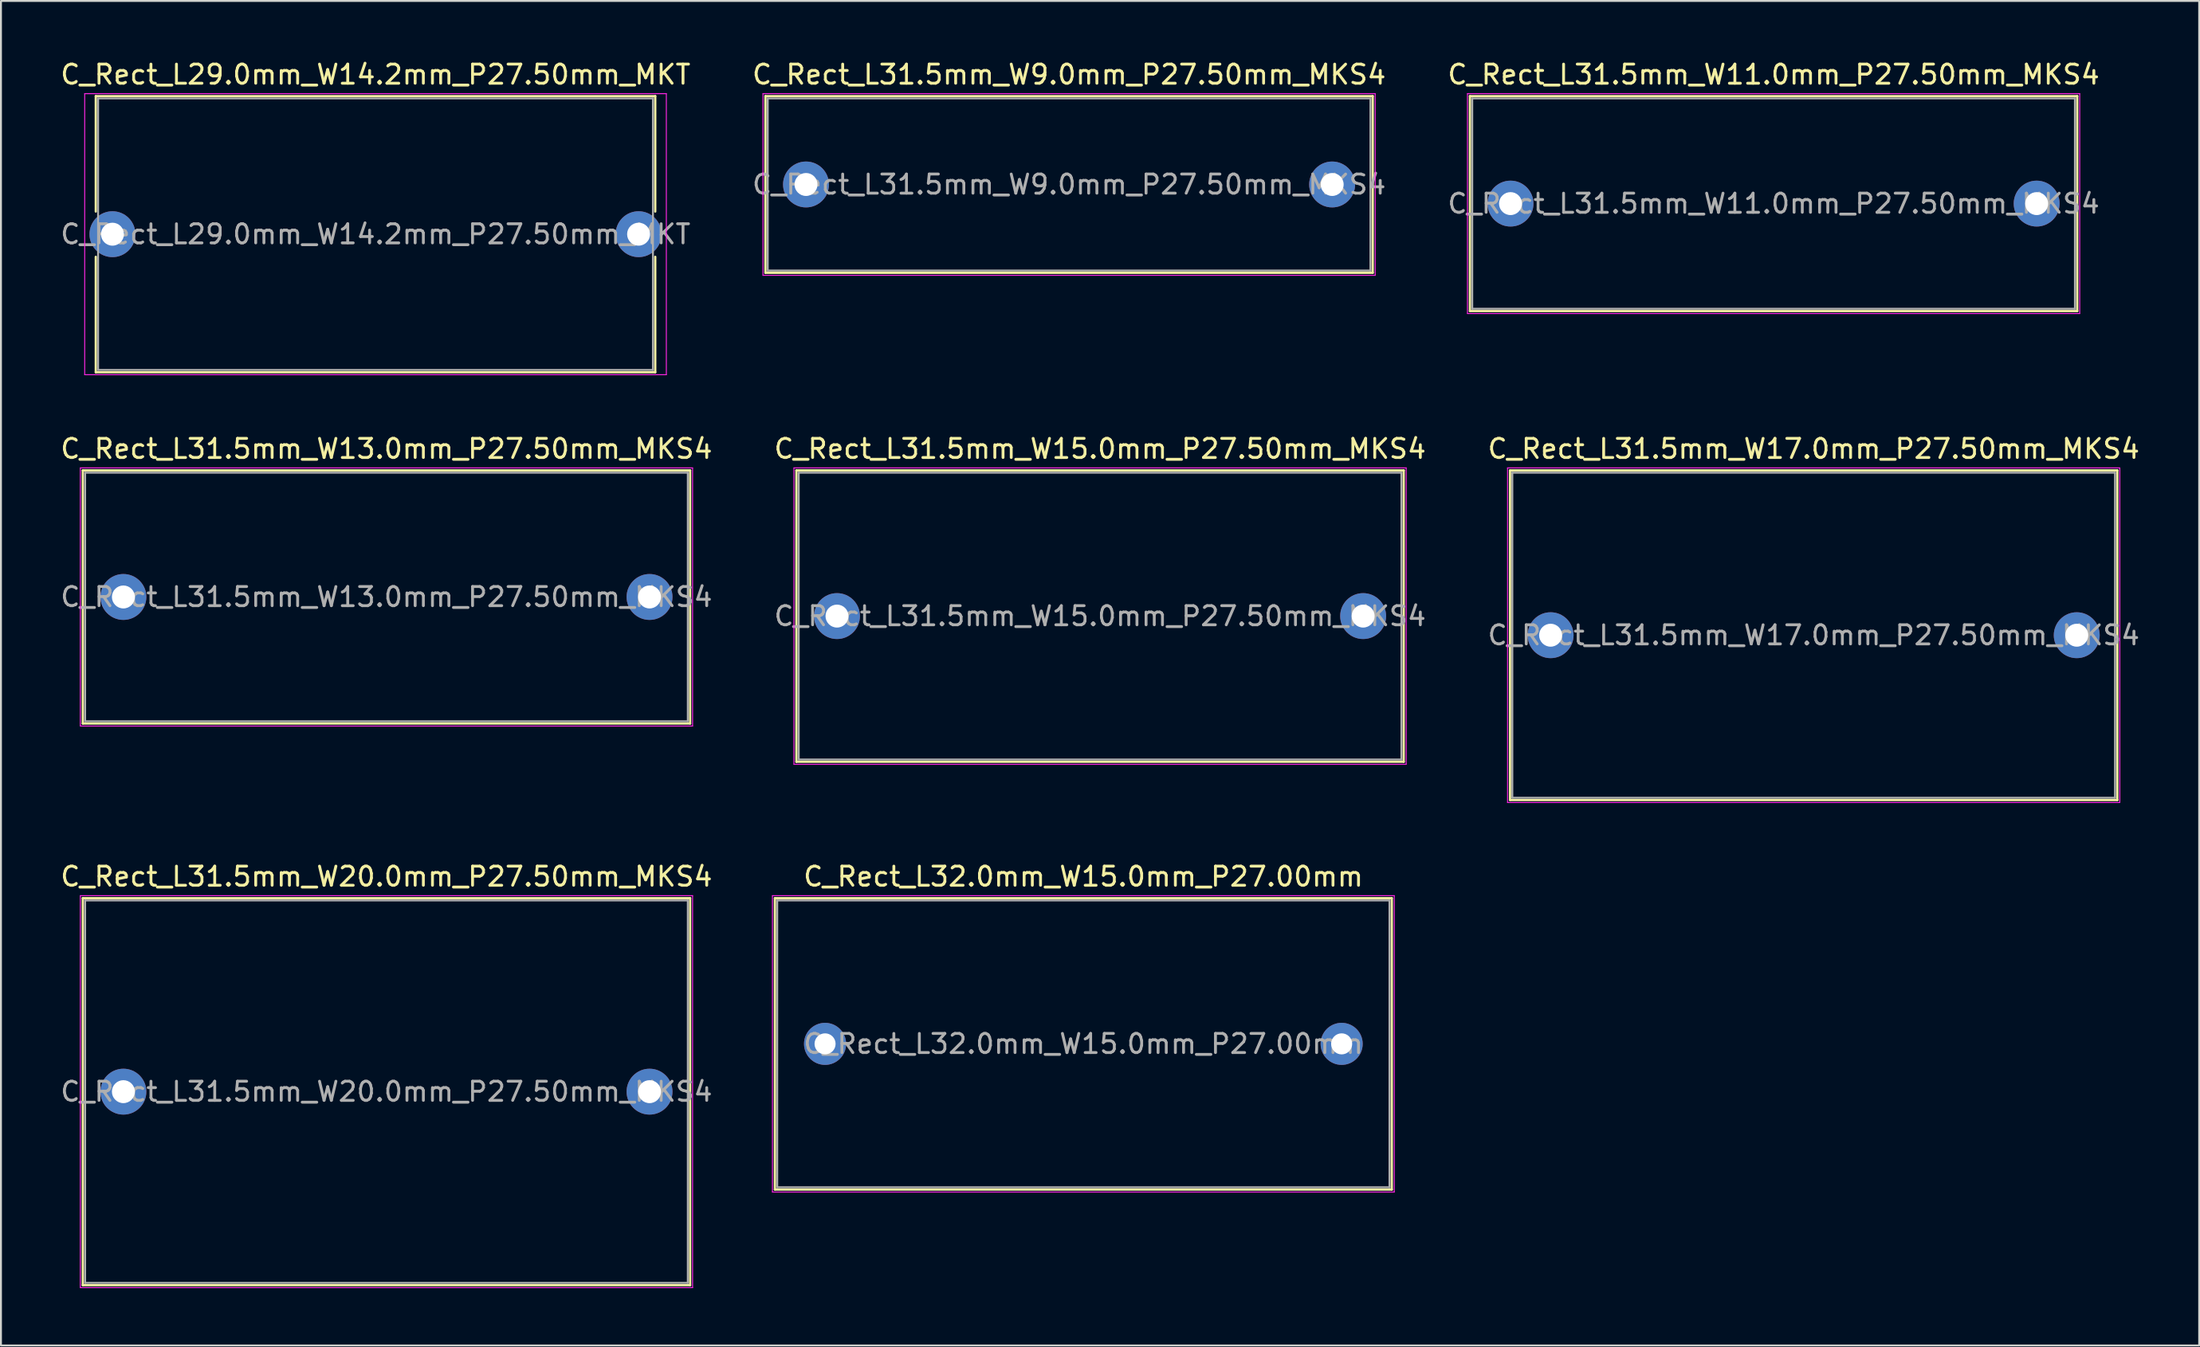
<source format=kicad_pcb>
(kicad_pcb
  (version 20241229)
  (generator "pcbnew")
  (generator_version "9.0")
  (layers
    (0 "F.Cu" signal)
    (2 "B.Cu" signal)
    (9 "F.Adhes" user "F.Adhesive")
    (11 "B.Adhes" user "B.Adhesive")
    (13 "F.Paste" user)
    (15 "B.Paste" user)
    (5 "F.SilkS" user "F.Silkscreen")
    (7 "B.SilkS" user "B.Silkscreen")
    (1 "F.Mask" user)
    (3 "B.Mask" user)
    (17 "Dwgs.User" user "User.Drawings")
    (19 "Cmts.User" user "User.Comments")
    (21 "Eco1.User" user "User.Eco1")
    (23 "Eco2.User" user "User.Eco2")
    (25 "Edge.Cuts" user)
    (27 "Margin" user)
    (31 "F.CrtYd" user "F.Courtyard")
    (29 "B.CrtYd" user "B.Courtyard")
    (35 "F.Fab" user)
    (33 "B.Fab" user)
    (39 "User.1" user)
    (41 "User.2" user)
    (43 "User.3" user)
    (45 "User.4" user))
  (footprint "C_Rect_L31.5mm_W13.0mm_P27.50mm_MKS4"
    (layer "F.Cu")
    (at 3.399 28.172)
    (property "Reference" "C_Rect_L31.5mm_W13.0mm_P27.50mm_MKS4" (at 13.75 -7.75 0) (layer "F.SilkS") (effects (font (size 1 1) (thickness 0.15))))
    (attr through_hole)
    (fp_line (start -2.12 -6.62) (end -2.12 6.62) (stroke (width 0.12) (type solid)) (layer "F.SilkS"))
    (fp_line (start -2.12 -6.62) (end 29.62 -6.62) (stroke (width 0.12) (type solid)) (layer "F.SilkS"))
    (fp_line (start -2.12 6.62) (end 29.62 6.62) (stroke (width 0.12) (type solid)) (layer "F.SilkS"))
    (fp_line (start 29.62 -6.62) (end 29.62 6.62) (stroke (width 0.12) (type solid)) (layer "F.SilkS"))
    (fp_line (start -2.25 -6.75) (end -2.25 6.75) (stroke (width 0.05) (type solid)) (layer "F.CrtYd"))
    (fp_line (start -2.25 6.75) (end 29.75 6.75) (stroke (width 0.05) (type solid)) (layer "F.CrtYd"))
    (fp_line (start 29.75 -6.75) (end -2.25 -6.75) (stroke (width 0.05) (type solid)) (layer "F.CrtYd"))
    (fp_line (start 29.75 6.75) (end 29.75 -6.75) (stroke (width 0.05) (type solid)) (layer "F.CrtYd"))
    (fp_line (start -2 -6.5) (end -2 6.5) (stroke (width 0.1) (type solid)) (layer "F.Fab"))
    (fp_line (start -2 6.5) (end 29.5 6.5) (stroke (width 0.1) (type solid)) (layer "F.Fab"))
    (fp_line (start 29.5 -6.5) (end -2 -6.5) (stroke (width 0.1) (type solid)) (layer "F.Fab"))
    (fp_line (start 29.5 6.5) (end 29.5 -6.5) (stroke (width 0.1) (type solid)) (layer "F.Fab"))
    (fp_text user "${REFERENCE}" (at 13.75 0 0) (layer "F.Fab") (effects (font (size 1 1) (thickness 0.15))))
    (pad "1" thru_hole circle (at 0 0) (size 2.4 2.4) (drill 1.2) (layers "*.Cu" "*.Mask"))
    (pad "2" thru_hole circle (at 27.5 0) (size 2.4 2.4) (drill 1.2) (layers "*.Cu" "*.Mask")))
  (footprint "C_Rect_L32.0mm_W15.0mm_P27.00mm"
    (layer "F.Cu")
    (at 40.073 51.545)
    (property "Reference" "C_Rect_L32.0mm_W15.0mm_P27.00mm" (at 13.5 -8.75 0) (layer "F.SilkS") (effects (font (size 1 1) (thickness 0.15))))
    (attr through_hole)
    (fp_line (start -2.62 -7.62) (end -2.62 7.62) (stroke (width 0.12) (type solid)) (layer "F.SilkS"))
    (fp_line (start -2.62 -7.62) (end 29.62 -7.62) (stroke (width 0.12) (type solid)) (layer "F.SilkS"))
    (fp_line (start -2.62 7.62) (end 29.62 7.62) (stroke (width 0.12) (type solid)) (layer "F.SilkS"))
    (fp_line (start 29.62 -7.62) (end 29.62 7.62) (stroke (width 0.12) (type solid)) (layer "F.SilkS"))
    (fp_line (start -2.75 -7.75) (end -2.75 7.75) (stroke (width 0.05) (type solid)) (layer "F.CrtYd"))
    (fp_line (start -2.75 7.75) (end 29.75 7.75) (stroke (width 0.05) (type solid)) (layer "F.CrtYd"))
    (fp_line (start 29.75 -7.75) (end -2.75 -7.75) (stroke (width 0.05) (type solid)) (layer "F.CrtYd"))
    (fp_line (start 29.75 7.75) (end 29.75 -7.75) (stroke (width 0.05) (type solid)) (layer "F.CrtYd"))
    (fp_line (start -2.5 -7.5) (end -2.5 7.5) (stroke (width 0.1) (type solid)) (layer "F.Fab"))
    (fp_line (start -2.5 7.5) (end 29.5 7.5) (stroke (width 0.1) (type solid)) (layer "F.Fab"))
    (fp_line (start 29.5 -7.5) (end -2.5 -7.5) (stroke (width 0.1) (type solid)) (layer "F.Fab"))
    (fp_line (start 29.5 7.5) (end 29.5 -7.5) (stroke (width 0.1) (type solid)) (layer "F.Fab"))
    (fp_text user "${REFERENCE}" (at 13.5 0 0) (layer "F.Fab") (effects (font (size 1 1) (thickness 0.15))))
    (pad "1" thru_hole circle (at 0 0) (size 2.2 2.2) (drill 1.1) (layers "*.Cu" "*.Mask"))
    (pad "2" thru_hole circle (at 27 0) (size 2.2 2.2) (drill 1.1) (layers "*.Cu" "*.Mask")))
  (footprint "C_Rect_L29.0mm_W14.2mm_P27.50mm_MKT"
    (layer "F.Cu")
    (at 2.827 9.198)
    (property "Reference" "C_Rect_L29.0mm_W14.2mm_P27.50mm_MKT" (at 13.75 -8.35 0) (layer "F.SilkS") (effects (font (size 1 1) (thickness 0.15))))
    (attr through_hole)
    (fp_line (start -0.87 -7.22) (end -0.87 -1.185) (stroke (width 0.12) (type solid)) (layer "F.SilkS"))
    (fp_line (start -0.87 -7.22) (end 28.37 -7.22) (stroke (width 0.12) (type solid)) (layer "F.SilkS"))
    (fp_line (start -0.87 1.185) (end -0.87 7.22) (stroke (width 0.12) (type solid)) (layer "F.SilkS"))
    (fp_line (start -0.87 7.22) (end 28.37 7.22) (stroke (width 0.12) (type solid)) (layer "F.SilkS"))
    (fp_line (start 28.37 -7.22) (end 28.37 -1.185) (stroke (width 0.12) (type solid)) (layer "F.SilkS"))
    (fp_line (start 28.37 1.185) (end 28.37 7.22) (stroke (width 0.12) (type solid)) (layer "F.SilkS"))
    (fp_line (start -1.45 -7.35) (end -1.45 7.35) (stroke (width 0.05) (type solid)) (layer "F.CrtYd"))
    (fp_line (start -1.45 7.35) (end 28.95 7.35) (stroke (width 0.05) (type solid)) (layer "F.CrtYd"))
    (fp_line (start 28.95 -7.35) (end -1.45 -7.35) (stroke (width 0.05) (type solid)) (layer "F.CrtYd"))
    (fp_line (start 28.95 7.35) (end 28.95 -7.35) (stroke (width 0.05) (type solid)) (layer "F.CrtYd"))
    (fp_line (start -0.75 -7.1) (end -0.75 7.1) (stroke (width 0.1) (type solid)) (layer "F.Fab"))
    (fp_line (start -0.75 7.1) (end 28.25 7.1) (stroke (width 0.1) (type solid)) (layer "F.Fab"))
    (fp_line (start 28.25 -7.1) (end -0.75 -7.1) (stroke (width 0.1) (type solid)) (layer "F.Fab"))
    (fp_line (start 28.25 7.1) (end 28.25 -7.1) (stroke (width 0.1) (type solid)) (layer "F.Fab"))
    (fp_text user "${REFERENCE}" (at 13.75 0 0) (layer "F.Fab") (effects (font (size 1 1) (thickness 0.15))))
    (pad "1" thru_hole circle (at 0 0) (size 2.4 2.4) (drill 1.2) (layers "*.Cu" "*.Mask"))
    (pad "2" thru_hole circle (at 27.5 0) (size 2.4 2.4) (drill 1.2) (layers "*.Cu" "*.Mask")))
  (footprint "C_Rect_L31.5mm_W9.0mm_P27.50mm_MKS4"
    (layer "F.Cu")
    (at 39.077 6.598)
    (property "Reference" "C_Rect_L31.5mm_W9.0mm_P27.50mm_MKS4" (at 13.75 -5.75 0) (layer "F.SilkS") (effects (font (size 1 1) (thickness 0.15))))
    (attr through_hole)
    (fp_line (start -2.12 -4.62) (end -2.12 4.62) (stroke (width 0.12) (type solid)) (layer "F.SilkS"))
    (fp_line (start -2.12 -4.62) (end 29.62 -4.62) (stroke (width 0.12) (type solid)) (layer "F.SilkS"))
    (fp_line (start -2.12 4.62) (end 29.62 4.62) (stroke (width 0.12) (type solid)) (layer "F.SilkS"))
    (fp_line (start 29.62 -4.62) (end 29.62 4.62) (stroke (width 0.12) (type solid)) (layer "F.SilkS"))
    (fp_line (start -2.25 -4.75) (end -2.25 4.75) (stroke (width 0.05) (type solid)) (layer "F.CrtYd"))
    (fp_line (start -2.25 4.75) (end 29.75 4.75) (stroke (width 0.05) (type solid)) (layer "F.CrtYd"))
    (fp_line (start 29.75 -4.75) (end -2.25 -4.75) (stroke (width 0.05) (type solid)) (layer "F.CrtYd"))
    (fp_line (start 29.75 4.75) (end 29.75 -4.75) (stroke (width 0.05) (type solid)) (layer "F.CrtYd"))
    (fp_line (start -2 -4.5) (end -2 4.5) (stroke (width 0.1) (type solid)) (layer "F.Fab"))
    (fp_line (start -2 4.5) (end 29.5 4.5) (stroke (width 0.1) (type solid)) (layer "F.Fab"))
    (fp_line (start 29.5 -4.5) (end -2 -4.5) (stroke (width 0.1) (type solid)) (layer "F.Fab"))
    (fp_line (start 29.5 4.5) (end 29.5 -4.5) (stroke (width 0.1) (type solid)) (layer "F.Fab"))
    (fp_text user "${REFERENCE}" (at 13.75 0 0) (layer "F.Fab") (effects (font (size 1 1) (thickness 0.15))))
    (pad "1" thru_hole circle (at 0 0) (size 2.4 2.4) (drill 1.2) (layers "*.Cu" "*.Mask"))
    (pad "2" thru_hole circle (at 27.5 0) (size 2.4 2.4) (drill 1.2) (layers "*.Cu" "*.Mask")))
  (footprint "C_Rect_L31.5mm_W15.0mm_P27.50mm_MKS4"
    (layer "F.Cu")
    (at 40.696 29.172)
    (property "Reference" "C_Rect_L31.5mm_W15.0mm_P27.50mm_MKS4" (at 13.75 -8.75 0) (layer "F.SilkS") (effects (font (size 1 1) (thickness 0.15))))
    (attr through_hole)
    (fp_line (start -2.12 -7.62) (end -2.12 7.62) (stroke (width 0.12) (type solid)) (layer "F.SilkS"))
    (fp_line (start -2.12 -7.62) (end 29.62 -7.62) (stroke (width 0.12) (type solid)) (layer "F.SilkS"))
    (fp_line (start -2.12 7.62) (end 29.62 7.62) (stroke (width 0.12) (type solid)) (layer "F.SilkS"))
    (fp_line (start 29.62 -7.62) (end 29.62 7.62) (stroke (width 0.12) (type solid)) (layer "F.SilkS"))
    (fp_line (start -2.25 -7.75) (end -2.25 7.75) (stroke (width 0.05) (type solid)) (layer "F.CrtYd"))
    (fp_line (start -2.25 7.75) (end 29.75 7.75) (stroke (width 0.05) (type solid)) (layer "F.CrtYd"))
    (fp_line (start 29.75 -7.75) (end -2.25 -7.75) (stroke (width 0.05) (type solid)) (layer "F.CrtYd"))
    (fp_line (start 29.75 7.75) (end 29.75 -7.75) (stroke (width 0.05) (type solid)) (layer "F.CrtYd"))
    (fp_line (start -2 -7.5) (end -2 7.5) (stroke (width 0.1) (type solid)) (layer "F.Fab"))
    (fp_line (start -2 7.5) (end 29.5 7.5) (stroke (width 0.1) (type solid)) (layer "F.Fab"))
    (fp_line (start 29.5 -7.5) (end -2 -7.5) (stroke (width 0.1) (type solid)) (layer "F.Fab"))
    (fp_line (start 29.5 7.5) (end 29.5 -7.5) (stroke (width 0.1) (type solid)) (layer "F.Fab"))
    (fp_text user "${REFERENCE}" (at 13.75 0 0) (layer "F.Fab") (effects (font (size 1 1) (thickness 0.15))))
    (pad "1" thru_hole circle (at 0 0) (size 2.4 2.4) (drill 1.2) (layers "*.Cu" "*.Mask"))
    (pad "2" thru_hole circle (at 27.5 0) (size 2.4 2.4) (drill 1.2) (layers "*.Cu" "*.Mask")))
  (footprint "C_Rect_L31.5mm_W20.0mm_P27.50mm_MKS4"
    (layer "F.Cu")
    (at 3.399 54.045)
    (property "Reference" "C_Rect_L31.5mm_W20.0mm_P27.50mm_MKS4" (at 13.75 -11.25 0) (layer "F.SilkS") (effects (font (size 1 1) (thickness 0.15))))
    (attr through_hole)
    (fp_line (start -2.12 -10.12) (end -2.12 10.12) (stroke (width 0.12) (type solid)) (layer "F.SilkS"))
    (fp_line (start -2.12 -10.12) (end 29.62 -10.12) (stroke (width 0.12) (type solid)) (layer "F.SilkS"))
    (fp_line (start -2.12 10.12) (end 29.62 10.12) (stroke (width 0.12) (type solid)) (layer "F.SilkS"))
    (fp_line (start 29.62 -10.12) (end 29.62 10.12) (stroke (width 0.12) (type solid)) (layer "F.SilkS"))
    (fp_line (start -2.25 -10.25) (end -2.25 10.25) (stroke (width 0.05) (type solid)) (layer "F.CrtYd"))
    (fp_line (start -2.25 10.25) (end 29.75 10.25) (stroke (width 0.05) (type solid)) (layer "F.CrtYd"))
    (fp_line (start 29.75 -10.25) (end -2.25 -10.25) (stroke (width 0.05) (type solid)) (layer "F.CrtYd"))
    (fp_line (start 29.75 10.25) (end 29.75 -10.25) (stroke (width 0.05) (type solid)) (layer "F.CrtYd"))
    (fp_line (start -2 -10) (end -2 10) (stroke (width 0.1) (type solid)) (layer "F.Fab"))
    (fp_line (start -2 10) (end 29.5 10) (stroke (width 0.1) (type solid)) (layer "F.Fab"))
    (fp_line (start 29.5 -10) (end -2 -10) (stroke (width 0.1) (type solid)) (layer "F.Fab"))
    (fp_line (start 29.5 10) (end 29.5 -10) (stroke (width 0.1) (type solid)) (layer "F.Fab"))
    (fp_text user "${REFERENCE}" (at 13.75 0 0) (layer "F.Fab") (effects (font (size 1 1) (thickness 0.15))))
    (pad "1" thru_hole circle (at 0 0) (size 2.4 2.4) (drill 1.2) (layers "*.Cu" "*.Mask"))
    (pad "2" thru_hole circle (at 27.5 0) (size 2.4 2.4) (drill 1.2) (layers "*.Cu" "*.Mask")))
  (footprint "C_Rect_L31.5mm_W17.0mm_P27.50mm_MKS4"
    (layer "F.Cu")
    (at 77.994 30.172)
    (property "Reference" "C_Rect_L31.5mm_W17.0mm_P27.50mm_MKS4" (at 13.75 -9.75 0) (layer "F.SilkS") (effects (font (size 1 1) (thickness 0.15))))
    (attr through_hole)
    (fp_line (start -2.12 -8.62) (end -2.12 8.62) (stroke (width 0.12) (type solid)) (layer "F.SilkS"))
    (fp_line (start -2.12 -8.62) (end 29.62 -8.62) (stroke (width 0.12) (type solid)) (layer "F.SilkS"))
    (fp_line (start -2.12 8.62) (end 29.62 8.62) (stroke (width 0.12) (type solid)) (layer "F.SilkS"))
    (fp_line (start 29.62 -8.62) (end 29.62 8.62) (stroke (width 0.12) (type solid)) (layer "F.SilkS"))
    (fp_line (start -2.25 -8.75) (end -2.25 8.75) (stroke (width 0.05) (type solid)) (layer "F.CrtYd"))
    (fp_line (start -2.25 8.75) (end 29.75 8.75) (stroke (width 0.05) (type solid)) (layer "F.CrtYd"))
    (fp_line (start 29.75 -8.75) (end -2.25 -8.75) (stroke (width 0.05) (type solid)) (layer "F.CrtYd"))
    (fp_line (start 29.75 8.75) (end 29.75 -8.75) (stroke (width 0.05) (type solid)) (layer "F.CrtYd"))
    (fp_line (start -2 -8.5) (end -2 8.5) (stroke (width 0.1) (type solid)) (layer "F.Fab"))
    (fp_line (start -2 8.5) (end 29.5 8.5) (stroke (width 0.1) (type solid)) (layer "F.Fab"))
    (fp_line (start 29.5 -8.5) (end -2 -8.5) (stroke (width 0.1) (type solid)) (layer "F.Fab"))
    (fp_line (start 29.5 8.5) (end 29.5 -8.5) (stroke (width 0.1) (type solid)) (layer "F.Fab"))
    (fp_text user "${REFERENCE}" (at 13.75 0 0) (layer "F.Fab") (effects (font (size 1 1) (thickness 0.15))))
    (pad "1" thru_hole circle (at 0 0) (size 2.4 2.4) (drill 1.2) (layers "*.Cu" "*.Mask"))
    (pad "2" thru_hole circle (at 27.5 0) (size 2.4 2.4) (drill 1.2) (layers "*.Cu" "*.Mask")))
  (footprint "C_Rect_L31.5mm_W11.0mm_P27.50mm_MKS4"
    (layer "F.Cu")
    (at 75.899 7.598)
    (property "Reference" "C_Rect_L31.5mm_W11.0mm_P27.50mm_MKS4" (at 13.75 -6.75 0) (layer "F.SilkS") (effects (font (size 1 1) (thickness 0.15))))
    (attr through_hole)
    (fp_line (start -2.12 -5.62) (end -2.12 5.62) (stroke (width 0.12) (type solid)) (layer "F.SilkS"))
    (fp_line (start -2.12 -5.62) (end 29.62 -5.62) (stroke (width 0.12) (type solid)) (layer "F.SilkS"))
    (fp_line (start -2.12 5.62) (end 29.62 5.62) (stroke (width 0.12) (type solid)) (layer "F.SilkS"))
    (fp_line (start 29.62 -5.62) (end 29.62 5.62) (stroke (width 0.12) (type solid)) (layer "F.SilkS"))
    (fp_line (start -2.25 -5.75) (end -2.25 5.75) (stroke (width 0.05) (type solid)) (layer "F.CrtYd"))
    (fp_line (start -2.25 5.75) (end 29.75 5.75) (stroke (width 0.05) (type solid)) (layer "F.CrtYd"))
    (fp_line (start 29.75 -5.75) (end -2.25 -5.75) (stroke (width 0.05) (type solid)) (layer "F.CrtYd"))
    (fp_line (start 29.75 5.75) (end 29.75 -5.75) (stroke (width 0.05) (type solid)) (layer "F.CrtYd"))
    (fp_line (start -2 -5.5) (end -2 5.5) (stroke (width 0.1) (type solid)) (layer "F.Fab"))
    (fp_line (start -2 5.5) (end 29.5 5.5) (stroke (width 0.1) (type solid)) (layer "F.Fab"))
    (fp_line (start 29.5 -5.5) (end -2 -5.5) (stroke (width 0.1) (type solid)) (layer "F.Fab"))
    (fp_line (start 29.5 5.5) (end 29.5 -5.5) (stroke (width 0.1) (type solid)) (layer "F.Fab"))
    (fp_text user "${REFERENCE}" (at 13.75 0 0) (layer "F.Fab") (effects (font (size 1 1) (thickness 0.15))))
    (pad "1" thru_hole circle (at 0 0) (size 2.4 2.4) (drill 1.2) (layers "*.Cu" "*.Mask"))
    (pad "2" thru_hole circle (at 27.5 0) (size 2.4 2.4) (drill 1.2) (layers "*.Cu" "*.Mask")))
  (gr_rect
    (start -3 -3)
    (end 111.893 67.32)
    (stroke (width 0.1) (type default))
    (fill no)
    (layer "Edge.Cuts")))
</source>
